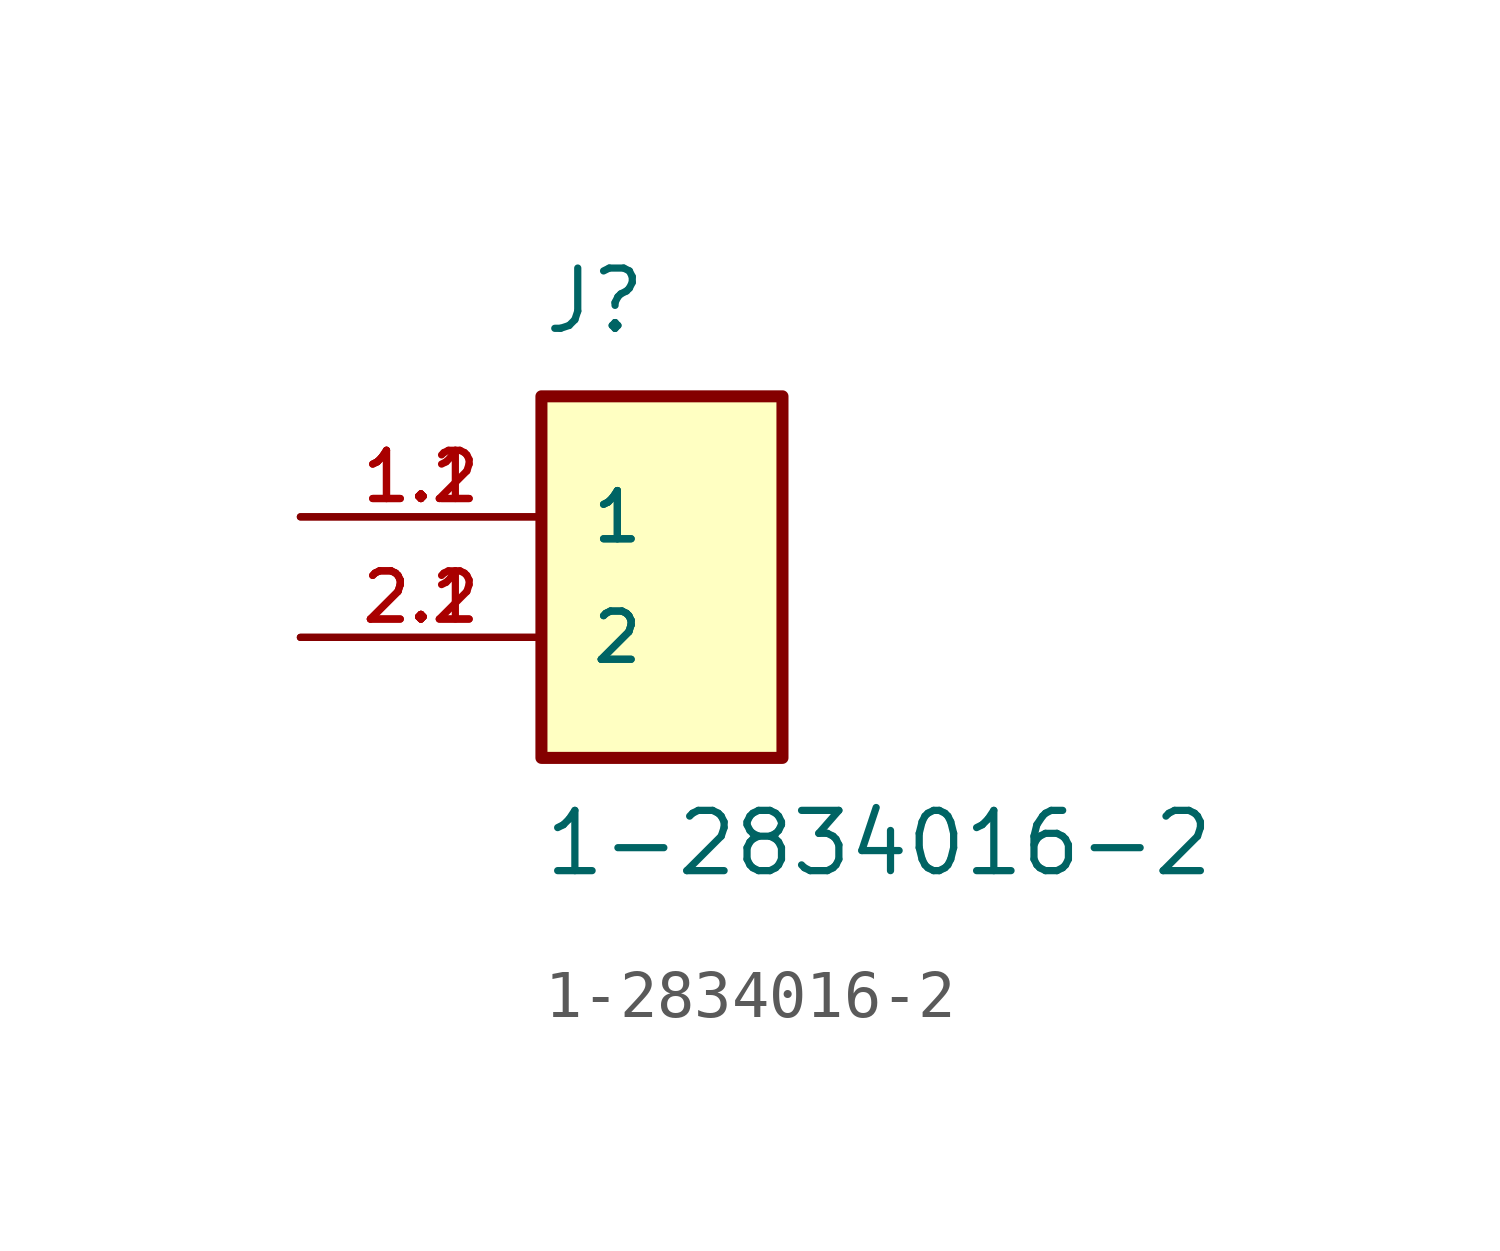
<source format=kicad_sym>
(kicad_symbol_lib
  (version 20211014)
  (generator kicad_symbol_editor)
  (symbol "1-2834016-2"
    (pin_names
      (offset 1.016))
    (property "Reference" "J"
      (at -2.54 6.35 0)
      (effects (font (size 1.27 1.27)) (justify left bottom)))
    (property "Value" "1-2834016-2"
      (at -2.54 -5.08 0)
      (effects (font (size 1.27 1.27)) (justify left bottom)))
    (symbol "1-2834016-2_0_0"
      (rectangle (start -2.54 -2.54) (end 2.54 5.08) (stroke (width 0.254) (type default) (color 0 0 0 0)) (fill (type background)))
      (pin passive line (at -7.62 2.54 0) (length 5.08) (name "1" (effects (font (size 1.016 1.016)))) (number "1.1" (effects (font (size 1.016 1.016)))))
      (pin passive line (at -7.62 2.54 0) (length 5.08) (name "1" (effects (font (size 1.016 1.016)))) (number "1.2" (effects (font (size 1.016 1.016)))))
      (pin passive line (at -7.62 0 0) (length 5.08) (name "2" (effects (font (size 1.016 1.016)))) (number "2.1" (effects (font (size 1.016 1.016)))))
      (pin passive line (at -7.62 0 0) (length 5.08) (name "2" (effects (font (size 1.016 1.016)))) (number "2.2" (effects (font (size 1.016 1.016))))))))
</source>
